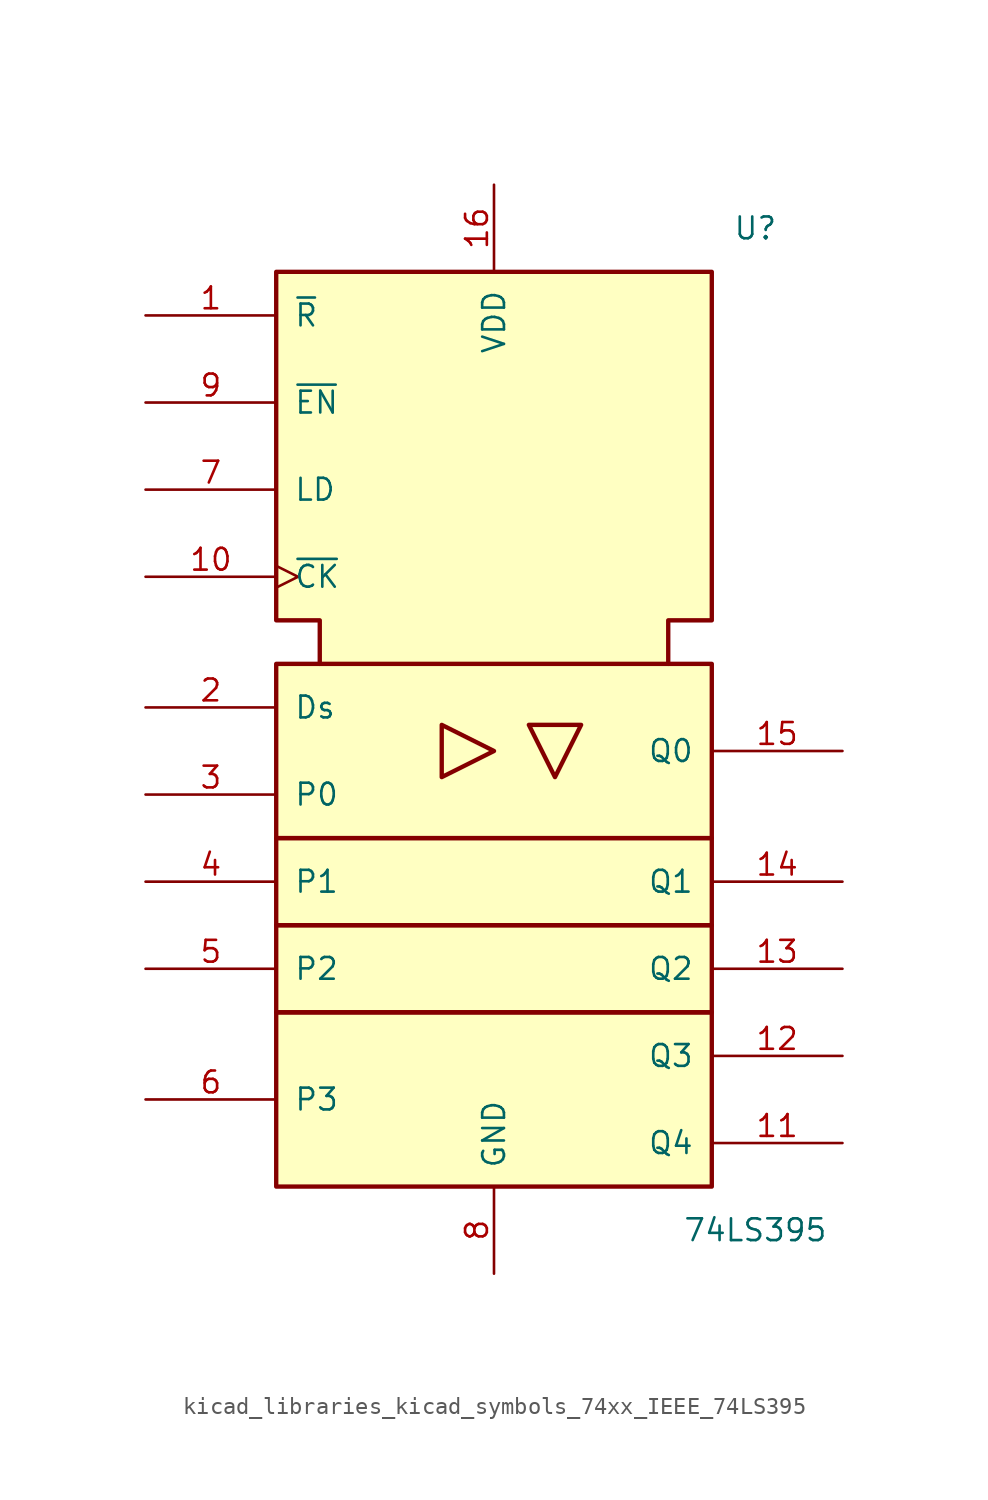
<source format=kicad_sym>
(kicad_symbol_lib
  (version 20220914)
  (generator kicad_symbol_editor)
  (symbol "kicad_libraries_kicad_symbols_74xx_IEEE_74LS395"
    (pin_names
      (offset 1.016))
    (property "Reference" "U"
      (at 15.24 27.94 0)
      (effects (font (size 1.27 1.27))))
    (property "Value" "74LS395"
      (at 15.24 -30.48 0)
      (effects (font (size 1.27 1.27))))
    (symbol "kicad_libraries_kicad_symbols_74xx_IEEE_74LS395_0_0"
      (rectangle (start -12.7 -17.78) (end 12.7 -27.94) (stroke (width 0.254) (type default)) (fill (type background)))
      (polyline (pts (xy -10.16 2.54) (xy -10.16 5.08) (xy -12.7 5.08) (xy -12.7 25.4) (xy 12.7 25.4) (xy 12.7 5.08) (xy 10.16 5.08) (xy 10.16 2.54) (xy 10.16 2.54)) (stroke (width 0.254) (type default)) (fill (type background)))
      (pin power_in line (at 0 -33.02 90) (length 5.08) (name "GND" (effects (font (size 1.27 1.27)))) (number "8" (effects (font (size 1.27 1.27))))))
    (symbol "kicad_libraries_kicad_symbols_74xx_IEEE_74LS395_0_1"
      (rectangle (start -12.7 -12.7) (end 12.7 -17.78) (stroke (width 0.254) (type default)) (fill (type background)))
      (rectangle (start -12.7 -7.62) (end 12.7 -12.7) (stroke (width 0.254) (type default)) (fill (type background)))
      (rectangle (start -12.7 2.54) (end 12.7 -7.62) (stroke (width 0.254) (type default)) (fill (type background)))
      (polyline (pts (xy -3.048 -1.016) (xy -3.048 -4.064) (xy 0 -2.54) (xy -3.048 -1.016) (xy -3.048 -1.016)) (stroke (width 0.254) (type default)) (fill (type background)))
      (polyline (pts (xy 5.08 -1.016) (xy 2.032 -1.016) (xy 3.556 -4.064) (xy 5.08 -1.016) (xy 5.08 -1.016)) (stroke (width 0.254) (type default)) (fill (type background)))
      (pin power_in line (at 0 30.48 270) (length 5.08) (name "VDD" (effects (font (size 1.27 1.27)))) (number "16" (effects (font (size 1.27 1.27))))))
    (symbol "kicad_libraries_kicad_symbols_74xx_IEEE_74LS395_1_1"
      (pin input line (at -20.32 22.86 0) (length 7.62) (name "~{R}" (effects (font (size 1.27 1.27)))) (number "1" (effects (font (size 1.27 1.27)))))
      (pin input clock (at -20.32 7.62 0) (length 7.62) (name "~{CK}" (effects (font (size 1.27 1.27)))) (number "10" (effects (font (size 1.27 1.27)))))
      (pin input line (at 20.32 -25.4 180) (length 7.62) (name "Q4" (effects (font (size 1.27 1.27)))) (number "11" (effects (font (size 1.27 1.27)))))
      (pin output line (at 20.32 -20.32 180) (length 7.62) (name "Q3" (effects (font (size 1.27 1.27)))) (number "12" (effects (font (size 1.27 1.27)))))
      (pin output line (at 20.32 -15.24 180) (length 7.62) (name "Q2" (effects (font (size 1.27 1.27)))) (number "13" (effects (font (size 1.27 1.27)))))
      (pin output line (at 20.32 -10.16 180) (length 7.62) (name "Q1" (effects (font (size 1.27 1.27)))) (number "14" (effects (font (size 1.27 1.27)))))
      (pin output line (at 20.32 -2.54 180) (length 7.62) (name "Q0" (effects (font (size 1.27 1.27)))) (number "15" (effects (font (size 1.27 1.27)))))
      (pin input line (at -20.32 0 0) (length 7.62) (name "Ds" (effects (font (size 1.27 1.27)))) (number "2" (effects (font (size 1.27 1.27)))))
      (pin input line (at -20.32 -5.08 0) (length 7.62) (name "P0" (effects (font (size 1.27 1.27)))) (number "3" (effects (font (size 1.27 1.27)))))
      (pin input line (at -20.32 -10.16 0) (length 7.62) (name "P1" (effects (font (size 1.27 1.27)))) (number "4" (effects (font (size 1.27 1.27)))))
      (pin input line (at -20.32 -15.24 0) (length 7.62) (name "P2" (effects (font (size 1.27 1.27)))) (number "5" (effects (font (size 1.27 1.27)))))
      (pin input line (at -20.32 -22.86 0) (length 7.62) (name "P3" (effects (font (size 1.27 1.27)))) (number "6" (effects (font (size 1.27 1.27)))))
      (pin input line (at -20.32 12.7 0) (length 7.62) (name "LD" (effects (font (size 1.27 1.27)))) (number "7" (effects (font (size 1.27 1.27)))))
      (pin input line (at -20.32 17.78 0) (length 7.62) (name "~{EN}" (effects (font (size 1.27 1.27)))) (number "9" (effects (font (size 1.27 1.27))))))))
</source>
